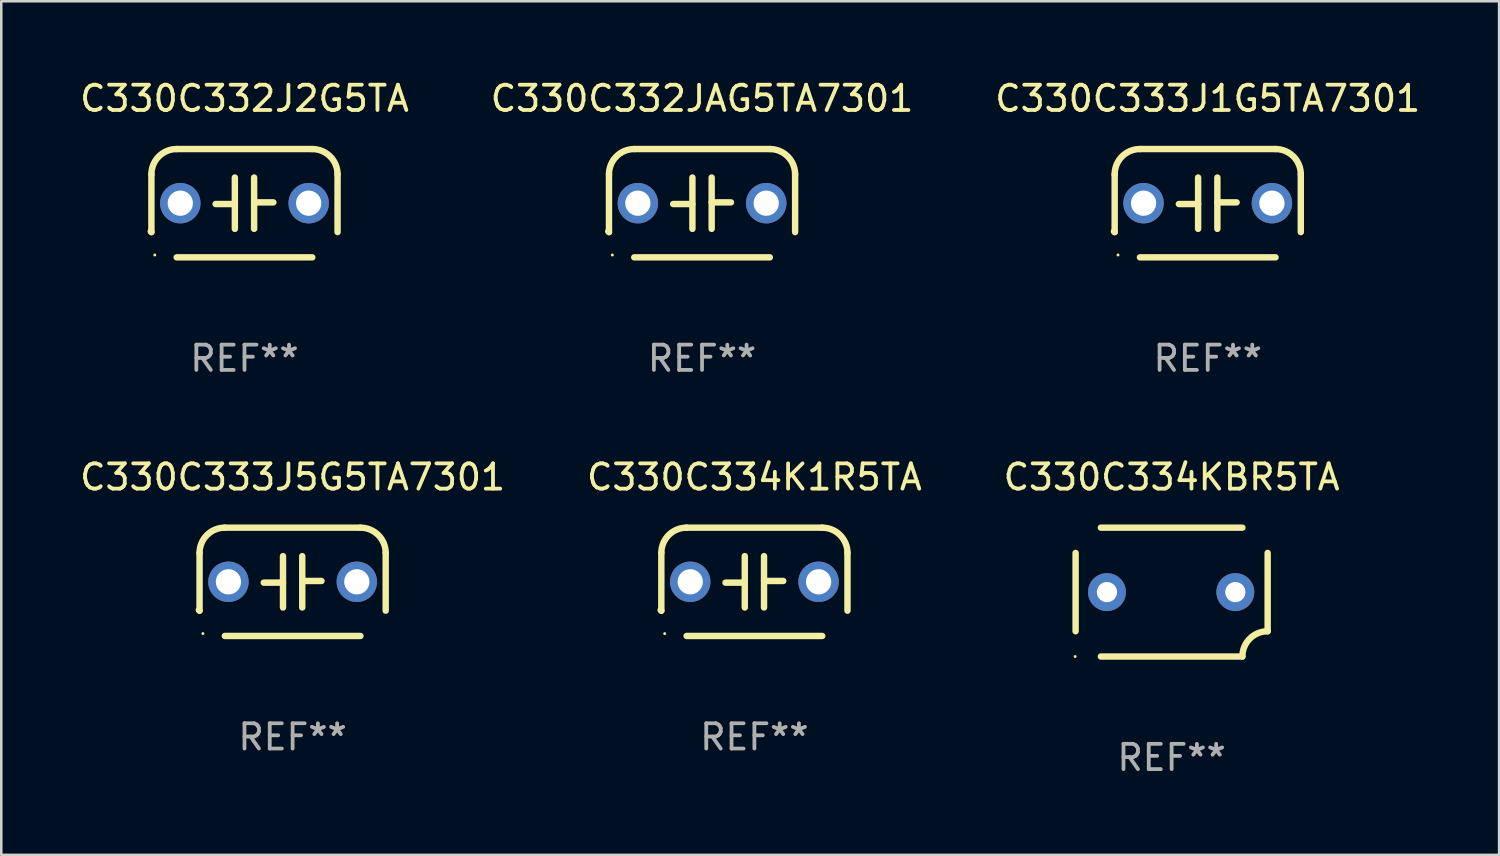
<source format=kicad_pcb>
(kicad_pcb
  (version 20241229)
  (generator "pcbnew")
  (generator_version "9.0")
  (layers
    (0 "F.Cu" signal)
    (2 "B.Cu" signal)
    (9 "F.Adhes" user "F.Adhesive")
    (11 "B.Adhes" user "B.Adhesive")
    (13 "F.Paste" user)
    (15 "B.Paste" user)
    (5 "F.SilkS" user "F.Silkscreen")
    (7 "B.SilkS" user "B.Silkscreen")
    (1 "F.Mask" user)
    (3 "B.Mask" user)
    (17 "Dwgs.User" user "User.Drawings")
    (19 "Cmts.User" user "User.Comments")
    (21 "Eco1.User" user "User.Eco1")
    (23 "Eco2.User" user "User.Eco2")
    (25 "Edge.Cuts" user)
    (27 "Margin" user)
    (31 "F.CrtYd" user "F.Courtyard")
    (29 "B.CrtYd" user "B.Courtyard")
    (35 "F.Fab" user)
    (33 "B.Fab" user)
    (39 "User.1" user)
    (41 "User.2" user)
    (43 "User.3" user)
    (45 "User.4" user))
  (footprint "C330C332JAG5TA7301"
    (layer "F.Cu")
    (at 24.732 4.991)
    (property "Reference" "C330C332JAG5TA7301" (at 0 -4.143 0) (layer "F.SilkS") (effects (font (size 1 1) (thickness 0.15))))
    (attr through_hole)
    (fp_line (start -3.683 -1.143) (end -3.683 1.143) (stroke (width 0.254) (type solid)) (layer "F.SilkS"))
    (fp_line (start -2.683 -2.143) (end 2.683 -2.143) (stroke (width 0.254) (type solid)) (layer "F.SilkS"))
    (fp_line (start -0.381 0.033) (end -1.143 0.033) (stroke (width 0.254) (type solid)) (layer "F.SilkS"))
    (fp_line (start -0.381 1.016) (end -0.381 -1.016) (stroke (width 0.254) (type solid)) (layer "F.SilkS"))
    (fp_line (start 0.381 -1.016) (end 0.381 1.016) (stroke (width 0.254) (type solid)) (layer "F.SilkS"))
    (fp_line (start 0.381 -0.033) (end 1.143 -0.033) (stroke (width 0.254) (type solid)) (layer "F.SilkS"))
    (fp_line (start 2.683 2.143) (end -2.683 2.143) (stroke (width 0.254) (type solid)) (layer "F.SilkS"))
    (fp_line (start 3.683 1.143) (end 3.683 -1.143) (stroke (width 0.254) (type solid)) (layer "F.SilkS"))
    (fp_arc (start -3.710292 1.115763) (mid -3.696656 1.129383) (end -3.68302 1.143002) (stroke (width 0.254001) (type solid)) (layer "F.SilkS"))
    (fp_arc (start -3.682994 -1.142977) (mid -3.390088 -1.850114) (end -2.682944 -2.143002) (stroke (width 0.254001) (type solid)) (layer "F.SilkS"))
    (fp_arc (start 2.682994 -2.143028) (mid 3.390106 -1.850122) (end 3.682995 -1.143002) (stroke (width 0.254001) (type solid)) (layer "F.SilkS"))
    (fp_circle (center -3.55 2.05) (end -3.52 2.05) (stroke (width 0.06) (type solid)) (fill no) (layer "F.SilkS"))
    (fp_text user "REF**" (at 0 6.143 0) (layer "F.Fab") (effects (font (size 1 1) (thickness 0.15))))
    (pad "1" thru_hole circle (at -2.54 0) (size 1.6 1.6) (drill 1) (layers "*.Cu" "*.Mask"))
    (pad "2" thru_hole circle (at 2.54 0) (size 1.6 1.6) (drill 1) (layers "*.Cu" "*.Mask")))
  (footprint "C330C334K1R5TA"
    (layer "F.Cu")
    (at 26.804 19.974)
    (property "Reference" "C330C334K1R5TA" (at 0 -4.143 0) (layer "F.SilkS") (effects (font (size 1 1) (thickness 0.15))))
    (attr through_hole)
    (fp_line (start -3.683 -1.143) (end -3.683 1.143) (stroke (width 0.254) (type solid)) (layer "F.SilkS"))
    (fp_line (start -2.683 -2.143) (end 2.683 -2.143) (stroke (width 0.254) (type solid)) (layer "F.SilkS"))
    (fp_line (start -0.381 0.033) (end -1.143 0.033) (stroke (width 0.254) (type solid)) (layer "F.SilkS"))
    (fp_line (start -0.381 1.016) (end -0.381 -1.016) (stroke (width 0.254) (type solid)) (layer "F.SilkS"))
    (fp_line (start 0.381 -1.016) (end 0.381 1.016) (stroke (width 0.254) (type solid)) (layer "F.SilkS"))
    (fp_line (start 0.381 -0.033) (end 1.143 -0.033) (stroke (width 0.254) (type solid)) (layer "F.SilkS"))
    (fp_line (start 2.683 2.143) (end -2.683 2.143) (stroke (width 0.254) (type solid)) (layer "F.SilkS"))
    (fp_line (start 3.683 1.143) (end 3.683 -1.143) (stroke (width 0.254) (type solid)) (layer "F.SilkS"))
    (fp_arc (start -3.710292 1.115763) (mid -3.696656 1.129383) (end -3.68302 1.143002) (stroke (width 0.254001) (type solid)) (layer "F.SilkS"))
    (fp_arc (start -3.682994 -1.142977) (mid -3.390088 -1.850114) (end -2.682944 -2.143002) (stroke (width 0.254001) (type solid)) (layer "F.SilkS"))
    (fp_arc (start 2.682994 -2.143028) (mid 3.390106 -1.850122) (end 3.682995 -1.143002) (stroke (width 0.254001) (type solid)) (layer "F.SilkS"))
    (fp_circle (center -3.55 2.05) (end -3.52 2.05) (stroke (width 0.06) (type solid)) (fill no) (layer "F.SilkS"))
    (fp_text user "REF**" (at 0 6.143 0) (layer "F.Fab") (effects (font (size 1 1) (thickness 0.15))))
    (pad "1" thru_hole circle (at -2.54 0) (size 1.6 1.6) (drill 1) (layers "*.Cu" "*.Mask"))
    (pad "2" thru_hole circle (at 2.54 0) (size 1.6 1.6) (drill 1) (layers "*.Cu" "*.Mask")))
  (footprint "C330C332J2G5TA"
    (layer "F.Cu")
    (at 6.625 4.991)
    (property "Reference" "C330C332J2G5TA" (at 0 -4.143 0) (layer "F.SilkS") (effects (font (size 1 1) (thickness 0.15))))
    (attr through_hole)
    (fp_line (start -3.683 -1.143) (end -3.683 1.143) (stroke (width 0.254) (type solid)) (layer "F.SilkS"))
    (fp_line (start -2.683 -2.143) (end 2.683 -2.143) (stroke (width 0.254) (type solid)) (layer "F.SilkS"))
    (fp_line (start -0.381 0.033) (end -1.143 0.033) (stroke (width 0.254) (type solid)) (layer "F.SilkS"))
    (fp_line (start -0.381 1.016) (end -0.381 -1.016) (stroke (width 0.254) (type solid)) (layer "F.SilkS"))
    (fp_line (start 0.381 -1.016) (end 0.381 1.016) (stroke (width 0.254) (type solid)) (layer "F.SilkS"))
    (fp_line (start 0.381 -0.033) (end 1.143 -0.033) (stroke (width 0.254) (type solid)) (layer "F.SilkS"))
    (fp_line (start 2.683 2.143) (end -2.683 2.143) (stroke (width 0.254) (type solid)) (layer "F.SilkS"))
    (fp_line (start 3.683 1.143) (end 3.683 -1.143) (stroke (width 0.254) (type solid)) (layer "F.SilkS"))
    (fp_arc (start -3.710292 1.115763) (mid -3.696656 1.129383) (end -3.68302 1.143002) (stroke (width 0.254001) (type solid)) (layer "F.SilkS"))
    (fp_arc (start -3.682994 -1.142977) (mid -3.390088 -1.850114) (end -2.682944 -2.143002) (stroke (width 0.254001) (type solid)) (layer "F.SilkS"))
    (fp_arc (start 2.682994 -2.143028) (mid 3.390106 -1.850122) (end 3.682995 -1.143002) (stroke (width 0.254001) (type solid)) (layer "F.SilkS"))
    (fp_circle (center -3.55 2.05) (end -3.52 2.05) (stroke (width 0.06) (type solid)) (fill no) (layer "F.SilkS"))
    (fp_text user "REF**" (at 0 6.143 0) (layer "F.Fab") (effects (font (size 1 1) (thickness 0.15))))
    (pad "1" thru_hole circle (at -2.54 0) (size 1.6 1.6) (drill 1) (layers "*.Cu" "*.Mask"))
    (pad "2" thru_hole circle (at 2.54 0) (size 1.6 1.6) (drill 1) (layers "*.Cu" "*.Mask")))
  (footprint "C330C333J5G5TA7301"
    (layer "F.Cu")
    (at 8.53 19.974)
    (property "Reference" "C330C333J5G5TA7301" (at 0 -4.143 0) (layer "F.SilkS") (effects (font (size 1 1) (thickness 0.15))))
    (attr through_hole)
    (fp_line (start -3.683 -1.143) (end -3.683 1.143) (stroke (width 0.254) (type solid)) (layer "F.SilkS"))
    (fp_line (start -2.683 -2.143) (end 2.683 -2.143) (stroke (width 0.254) (type solid)) (layer "F.SilkS"))
    (fp_line (start -0.381 0.033) (end -1.143 0.033) (stroke (width 0.254) (type solid)) (layer "F.SilkS"))
    (fp_line (start -0.381 1.016) (end -0.381 -1.016) (stroke (width 0.254) (type solid)) (layer "F.SilkS"))
    (fp_line (start 0.381 -1.016) (end 0.381 1.016) (stroke (width 0.254) (type solid)) (layer "F.SilkS"))
    (fp_line (start 0.381 -0.033) (end 1.143 -0.033) (stroke (width 0.254) (type solid)) (layer "F.SilkS"))
    (fp_line (start 2.683 2.143) (end -2.683 2.143) (stroke (width 0.254) (type solid)) (layer "F.SilkS"))
    (fp_line (start 3.683 1.143) (end 3.683 -1.143) (stroke (width 0.254) (type solid)) (layer "F.SilkS"))
    (fp_arc (start -3.710292 1.115763) (mid -3.696656 1.129383) (end -3.68302 1.143002) (stroke (width 0.254001) (type solid)) (layer "F.SilkS"))
    (fp_arc (start -3.682994 -1.142977) (mid -3.390088 -1.850114) (end -2.682944 -2.143002) (stroke (width 0.254001) (type solid)) (layer "F.SilkS"))
    (fp_arc (start 2.682994 -2.143028) (mid 3.390106 -1.850122) (end 3.682995 -1.143002) (stroke (width 0.254001) (type solid)) (layer "F.SilkS"))
    (fp_circle (center -3.55 2.05) (end -3.52 2.05) (stroke (width 0.06) (type solid)) (fill no) (layer "F.SilkS"))
    (fp_text user "REF**" (at 0 6.143 0) (layer "F.Fab") (effects (font (size 1 1) (thickness 0.15))))
    (pad "1" thru_hole circle (at -2.54 0) (size 1.6 1.6) (drill 1) (layers "*.Cu" "*.Mask"))
    (pad "2" thru_hole circle (at 2.54 0) (size 1.6 1.6) (drill 1) (layers "*.Cu" "*.Mask")))
  (footprint "C330C333J1G5TA7301"
    (layer "F.Cu")
    (at 44.744 4.991)
    (property "Reference" "C330C333J1G5TA7301" (at 0 -4.143 0) (layer "F.SilkS") (effects (font (size 1 1) (thickness 0.15))))
    (attr through_hole)
    (fp_line (start -3.683 -1.143) (end -3.683 1.143) (stroke (width 0.254) (type solid)) (layer "F.SilkS"))
    (fp_line (start -2.683 -2.143) (end 2.683 -2.143) (stroke (width 0.254) (type solid)) (layer "F.SilkS"))
    (fp_line (start -0.381 0.033) (end -1.143 0.033) (stroke (width 0.254) (type solid)) (layer "F.SilkS"))
    (fp_line (start -0.381 1.016) (end -0.381 -1.016) (stroke (width 0.254) (type solid)) (layer "F.SilkS"))
    (fp_line (start 0.381 -1.016) (end 0.381 1.016) (stroke (width 0.254) (type solid)) (layer "F.SilkS"))
    (fp_line (start 0.381 -0.033) (end 1.143 -0.033) (stroke (width 0.254) (type solid)) (layer "F.SilkS"))
    (fp_line (start 2.683 2.143) (end -2.683 2.143) (stroke (width 0.254) (type solid)) (layer "F.SilkS"))
    (fp_line (start 3.683 1.143) (end 3.683 -1.143) (stroke (width 0.254) (type solid)) (layer "F.SilkS"))
    (fp_arc (start -3.710292 1.115763) (mid -3.696656 1.129383) (end -3.68302 1.143002) (stroke (width 0.254001) (type solid)) (layer "F.SilkS"))
    (fp_arc (start -3.682994 -1.142977) (mid -3.390088 -1.850114) (end -2.682944 -2.143002) (stroke (width 0.254001) (type solid)) (layer "F.SilkS"))
    (fp_arc (start 2.682994 -2.143028) (mid 3.390106 -1.850122) (end 3.682995 -1.143002) (stroke (width 0.254001) (type solid)) (layer "F.SilkS"))
    (fp_circle (center -3.55 2.05) (end -3.52 2.05) (stroke (width 0.06) (type solid)) (fill no) (layer "F.SilkS"))
    (fp_text user "REF**" (at 0 6.143 0) (layer "F.Fab") (effects (font (size 1 1) (thickness 0.15))))
    (pad "1" thru_hole circle (at -2.54 0) (size 1.6 1.6) (drill 1) (layers "*.Cu" "*.Mask"))
    (pad "2" thru_hole circle (at 2.54 0) (size 1.6 1.6) (drill 1) (layers "*.Cu" "*.Mask")))
  (footprint "C330C334KBR5TA"
    (layer "F.Cu")
    (at 43.315 20.381)
    (property "Reference" "C330C334KBR5TA" (at 0 -4.55 0) (layer "F.SilkS") (effects (font (size 1 1) (thickness 0.15))))
    (attr through_hole)
    (fp_line (start -3.8 1.55) (end -3.8 -1.55) (stroke (width 0.254) (type solid)) (layer "F.SilkS"))
    (fp_line (start -2.8 -2.55) (end 2.8 -2.55) (stroke (width 0.254) (type solid)) (layer "F.SilkS"))
    (fp_line (start 2.8 2.55) (end -2.8 2.55) (stroke (width 0.254) (type solid)) (layer "F.SilkS"))
    (fp_line (start 3.8 -1.55) (end 3.8 1.55) (stroke (width 0.254) (type solid)) (layer "F.SilkS"))
    (fp_arc (start 2.800038 2.549975) (mid 3.092931 1.842868) (end 3.800038 1.549975) (stroke (width 0.254001) (type solid)) (layer "F.SilkS"))
    (fp_circle (center -3.819 2.55) (end -3.789 2.55) (stroke (width 0.06) (type solid)) (fill no) (layer "F.SilkS"))
    (fp_text user "REF**" (at 0 6.55 0) (layer "F.Fab") (effects (font (size 1 1) (thickness 0.15))))
    (pad "1" thru_hole circle (at -2.559 -0.000013) (size 1.5 1.5) (drill 0.8) (layers "*.Cu" "*.Mask"))
    (pad "2" thru_hole circle (at 2.521 -0.000013) (size 1.5 1.5) (drill 0.8) (layers "*.Cu" "*.Mask")))
  (gr_rect
    (start -3 -3)
    (end 56.274 30.779)
    (stroke (width 0.1) (type default))
    (fill no)
    (layer "Edge.Cuts")))
</source>
